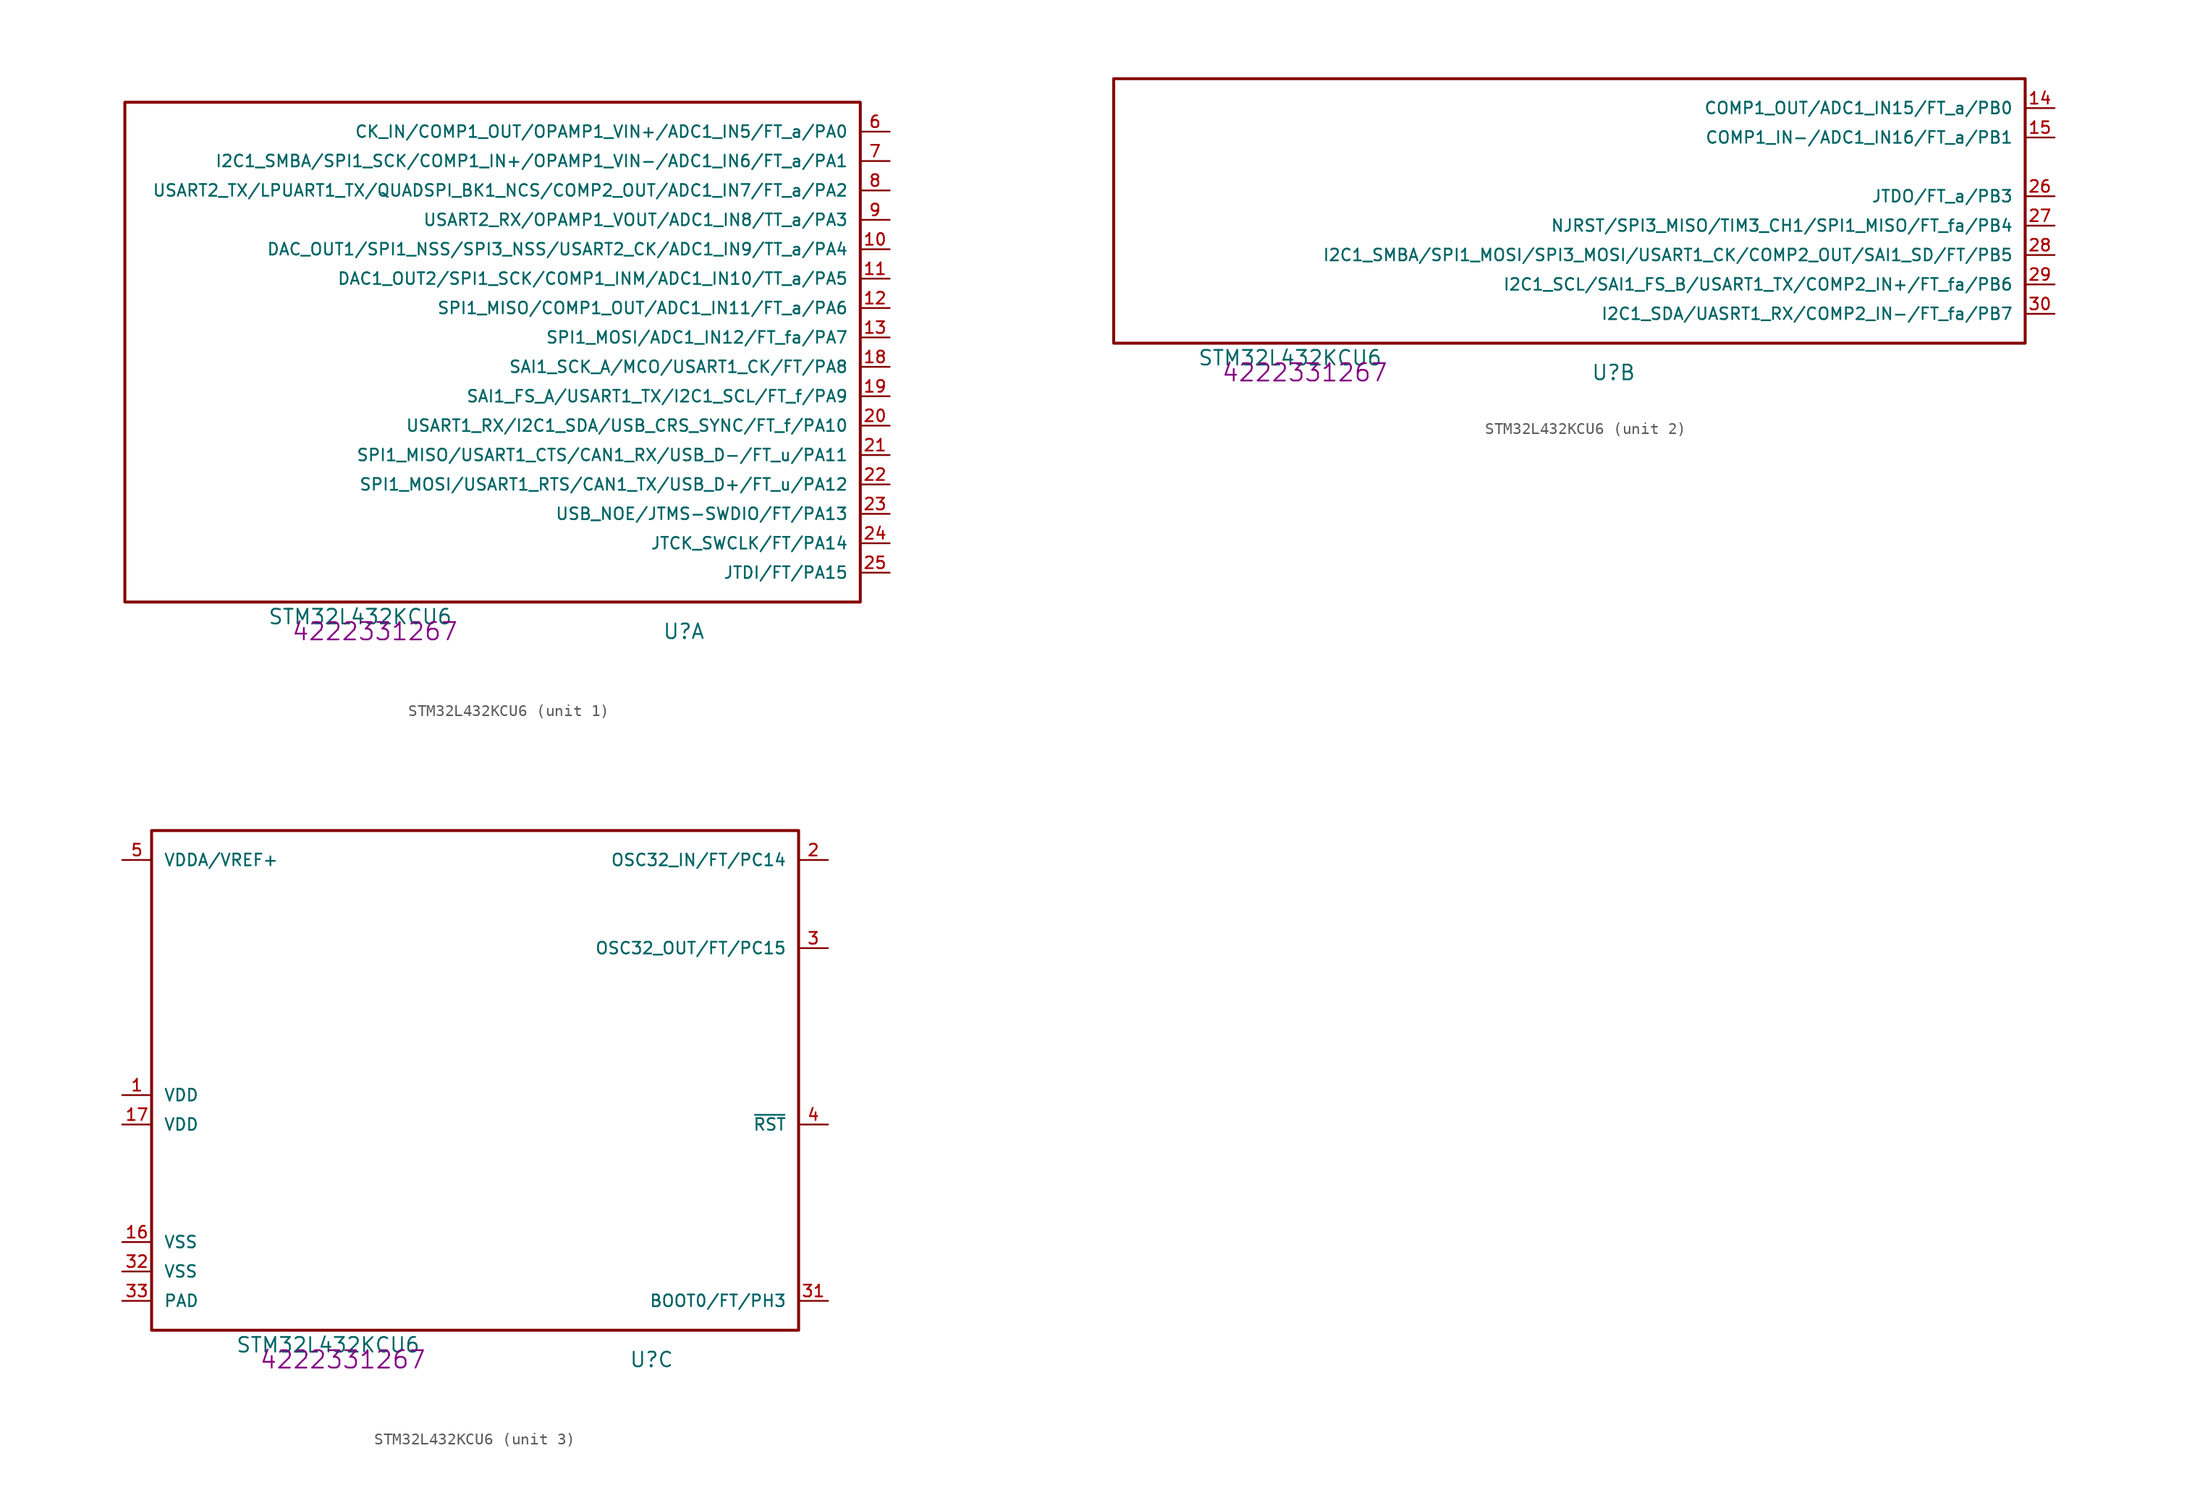
<source format=kicad_sym>
(kicad_symbol_lib
  (version 20220914)
  (generator kicad_symbol_editor)
  (symbol "STM32L432KCU6"
    (pin_names
      (offset 1.016))
    (property "Reference" "U"
      (at 43.18 -2.54 0)
      (effects (font (size 1.27 1.27))))
    (property "Value" "STM32L432KCU6"
      (at 15.24 -1.27 0)
      (effects (font (size 1.27 1.27))))
    (property "AC" "4222331267"
      (at 16.51 -2.54 0)
      (effects (font (size 1.499 1.499))))
    (property "ki_locked" ""
      (at 0 0 0)
      (effects (font (size 1.27 1.27))))
    (symbol "STM32L432KCU6_1_1"
      (rectangle (start -5.08 43.18) (end 58.42 0) (stroke (width 0.254) (type solid)) (fill (type none)))
      (pin bidirectional line (at 60.96 30.48 180) (length 2.54) (name "DAC_OUT1/SPI1_NSS/SPI3_NSS/USART2_CK/ADC1_IN9/TT_a/PA4" (effects (font (size 1.016 1.016)))) (number "10" (effects (font (size 1.016 1.016)))))
      (pin bidirectional line (at 60.96 27.94 180) (length 2.54) (name "DAC1_OUT2/SPI1_SCK/COMP1_INM/ADC1_IN10/TT_a/PA5" (effects (font (size 1.016 1.016)))) (number "11" (effects (font (size 1.016 1.016)))))
      (pin bidirectional line (at 60.96 25.4 180) (length 2.54) (name "SPI1_MISO/COMP1_OUT/ADC1_IN11/FT_a/PA6" (effects (font (size 1.016 1.016)))) (number "12" (effects (font (size 1.016 1.016)))))
      (pin bidirectional line (at 60.96 22.86 180) (length 2.54) (name "SPI1_MOSI/ADC1_IN12/FT_fa/PA7" (effects (font (size 1.016 1.016)))) (number "13" (effects (font (size 1.016 1.016)))))
      (pin bidirectional line (at 60.96 20.32 180) (length 2.54) (name "SAI1_SCK_A/MCO/USART1_CK/FT/PA8" (effects (font (size 1.016 1.016)))) (number "18" (effects (font (size 1.016 1.016)))))
      (pin bidirectional line (at 60.96 17.78 180) (length 2.54) (name "SAI1_FS_A/USART1_TX/I2C1_SCL/FT_f/PA9" (effects (font (size 1.016 1.016)))) (number "19" (effects (font (size 1.016 1.016)))))
      (pin bidirectional line (at 60.96 15.24 180) (length 2.54) (name "USART1_RX/I2C1_SDA/USB_CRS_SYNC/FT_f/PA10" (effects (font (size 1.016 1.016)))) (number "20" (effects (font (size 1.016 1.016)))))
      (pin bidirectional line (at 60.96 12.7 180) (length 2.54) (name "SPI1_MISO/USART1_CTS/CAN1_RX/USB_D-/FT_u/PA11" (effects (font (size 1.016 1.016)))) (number "21" (effects (font (size 1.016 1.016)))))
      (pin bidirectional line (at 60.96 10.16 180) (length 2.54) (name "SPI1_MOSI/USART1_RTS/CAN1_TX/USB_D+/FT_u/PA12" (effects (font (size 1.016 1.016)))) (number "22" (effects (font (size 1.016 1.016)))))
      (pin bidirectional line (at 60.96 7.62 180) (length 2.54) (name "USB_NOE/JTMS-SWDIO/FT/PA13" (effects (font (size 1.016 1.016)))) (number "23" (effects (font (size 1.016 1.016)))))
      (pin bidirectional line (at 60.96 5.08 180) (length 2.54) (name "JTCK_SWCLK/FT/PA14" (effects (font (size 1.016 1.016)))) (number "24" (effects (font (size 1.016 1.016)))))
      (pin bidirectional line (at 60.96 2.54 180) (length 2.54) (name "JTDI/FT/PA15" (effects (font (size 1.016 1.016)))) (number "25" (effects (font (size 1.016 1.016)))))
      (pin bidirectional line (at 60.96 40.64 180) (length 2.54) (name "CK_IN/COMP1_OUT/OPAMP1_VIN+/ADC1_IN5/FT_a/PA0" (effects (font (size 1.016 1.016)))) (number "6" (effects (font (size 1.016 1.016)))))
      (pin bidirectional line (at 60.96 38.1 180) (length 2.54) (name "I2C1_SMBA/SPI1_SCK/COMP1_IN+/OPAMP1_VIN-/ADC1_IN6/FT_a/PA1" (effects (font (size 1.016 1.016)))) (number "7" (effects (font (size 1.016 1.016)))))
      (pin bidirectional line (at 60.96 35.56 180) (length 2.54) (name "USART2_TX/LPUART1_TX/QUADSPI_BK1_NCS/COMP2_OUT/ADC1_IN7/FT_a/PA2" (effects (font (size 1.016 1.016)))) (number "8" (effects (font (size 1.016 1.016)))))
      (pin bidirectional line (at 60.96 33.02 180) (length 2.54) (name "USART2_RX/OPAMP1_VOUT/ADC1_IN8/TT_a/PA3" (effects (font (size 1.016 1.016)))) (number "9" (effects (font (size 1.016 1.016))))))
    (symbol "STM32L432KCU6_2_1"
      (rectangle (start 78.74 0) (end 0 22.86) (stroke (width 0.254) (type solid)) (fill (type none)))
      (pin bidirectional line (at 81.28 20.32 180) (length 2.54) (name "COMP1_OUT/ADC1_IN15/FT_a/PB0" (effects (font (size 1.016 1.016)))) (number "14" (effects (font (size 1.016 1.016)))))
      (pin bidirectional line (at 81.28 17.78 180) (length 2.54) (name "COMP1_IN-/ADC1_IN16/FT_a/PB1" (effects (font (size 1.016 1.016)))) (number "15" (effects (font (size 1.016 1.016)))))
      (pin bidirectional line (at 81.28 12.7 180) (length 2.54) (name "JTDO/FT_a/PB3" (effects (font (size 1.016 1.016)))) (number "26" (effects (font (size 1.016 1.016)))))
      (pin bidirectional line (at 81.28 10.16 180) (length 2.54) (name "NJRST/SPI3_MISO/TIM3_CH1/SPI1_MISO/FT_fa/PB4" (effects (font (size 1.016 1.016)))) (number "27" (effects (font (size 1.016 1.016)))))
      (pin bidirectional line (at 81.28 7.62 180) (length 2.54) (name "I2C1_SMBA/SPI1_MOSI/SPI3_MOSI/USART1_CK/COMP2_OUT/SAI1_SD/FT/PB5" (effects (font (size 1.016 1.016)))) (number "28" (effects (font (size 1.016 1.016)))))
      (pin bidirectional line (at 81.28 5.08 180) (length 2.54) (name "I2C1_SCL/SAI1_FS_B/USART1_TX/COMP2_IN+/FT_fa/PB6" (effects (font (size 1.016 1.016)))) (number "29" (effects (font (size 1.016 1.016)))))
      (pin bidirectional line (at 81.28 2.54 180) (length 2.54) (name "I2C1_SDA/UASRT1_RX/COMP2_IN-/FT_fa/PB7" (effects (font (size 1.016 1.016)))) (number "30" (effects (font (size 1.016 1.016))))))
    (symbol "STM32L432KCU6_3_1"
      (rectangle (start 55.88 0) (end 0 43.18) (stroke (width 0.254) (type solid)) (fill (type none)))
      (pin power_in line (at -2.54 20.32 0) (length 2.54) (name "VDD" (effects (font (size 1.016 1.016)))) (number "1" (effects (font (size 1.016 1.016)))))
      (pin power_in line (at -2.54 7.62 0) (length 2.54) (name "VSS" (effects (font (size 1.016 1.016)))) (number "16" (effects (font (size 1.016 1.016)))))
      (pin power_in line (at -2.54 17.78 0) (length 2.54) (name "VDD" (effects (font (size 1.016 1.016)))) (number "17" (effects (font (size 1.016 1.016)))))
      (pin bidirectional line (at 58.42 40.64 180) (length 2.54) (name "OSC32_IN/FT/PC14" (effects (font (size 1.016 1.016)))) (number "2" (effects (font (size 1.016 1.016)))))
      (pin bidirectional line (at 58.42 33.02 180) (length 2.54) (name "OSC32_OUT/FT/PC15" (effects (font (size 1.016 1.016)))) (number "3" (effects (font (size 1.016 1.016)))))
      (pin input line (at 58.42 2.54 180) (length 2.54) (name "BOOT0/FT/PH3" (effects (font (size 1.016 1.016)))) (number "31" (effects (font (size 1.016 1.016)))))
      (pin power_in line (at -2.54 5.08 0) (length 2.54) (name "VSS" (effects (font (size 1.016 1.016)))) (number "32" (effects (font (size 1.016 1.016)))))
      (pin power_in line (at -2.54 2.54 0) (length 2.54) (name "PAD" (effects (font (size 1.016 1.016)))) (number "33" (effects (font (size 1.016 1.016)))))
      (pin bidirectional line (at 58.42 17.78 180) (length 2.54) (name "~{RST}" (effects (font (size 1.016 1.016)))) (number "4" (effects (font (size 1.016 1.016)))))
      (pin power_in line (at -2.54 40.64 0) (length 2.54) (name "VDDA/VREF+" (effects (font (size 1.016 1.016)))) (number "5" (effects (font (size 1.016 1.016))))))))
</source>
